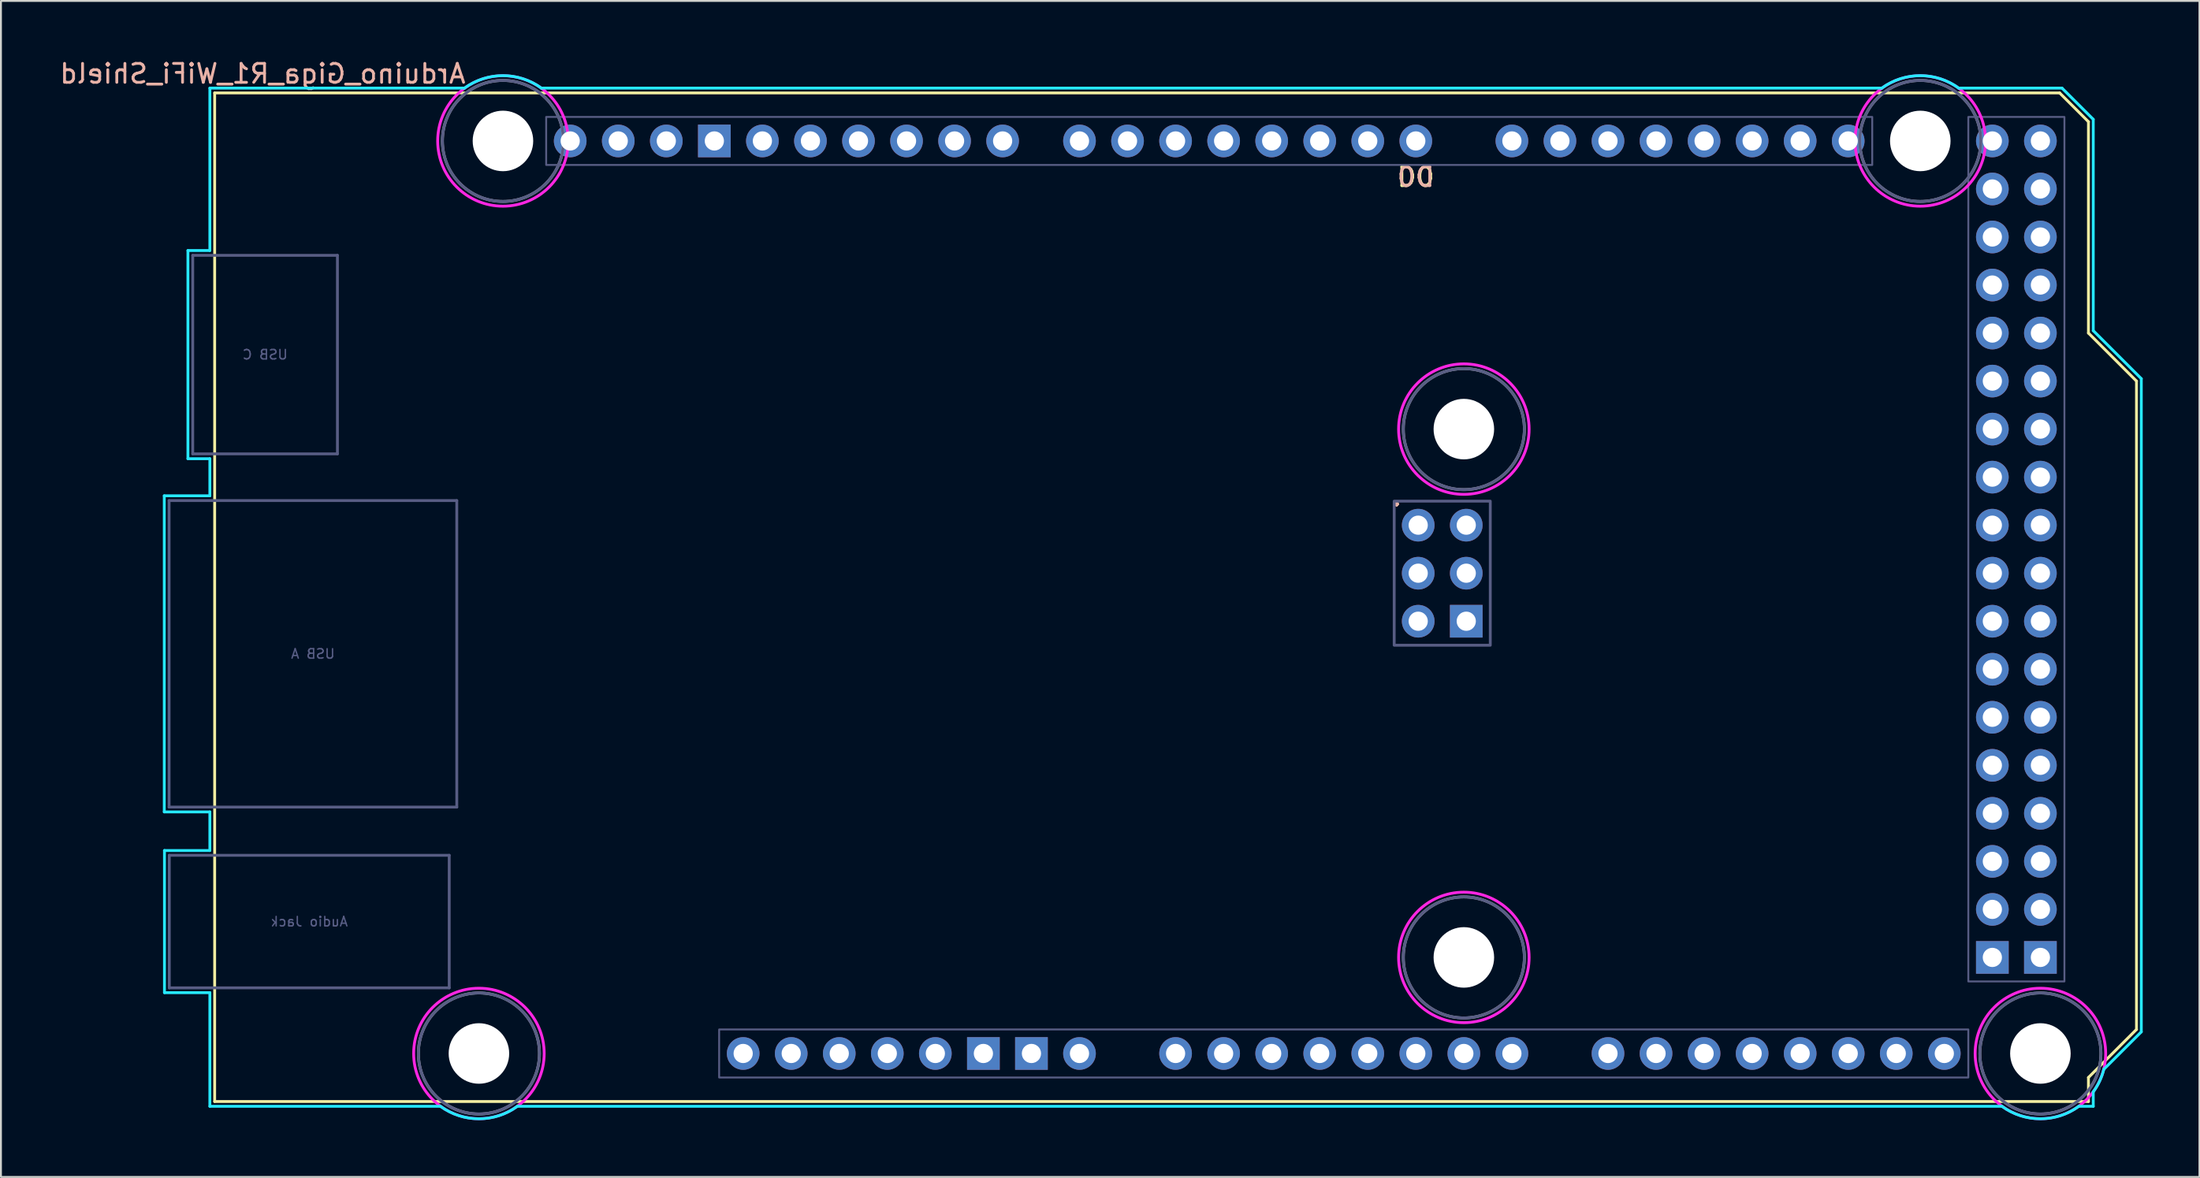
<source format=kicad_pcb>
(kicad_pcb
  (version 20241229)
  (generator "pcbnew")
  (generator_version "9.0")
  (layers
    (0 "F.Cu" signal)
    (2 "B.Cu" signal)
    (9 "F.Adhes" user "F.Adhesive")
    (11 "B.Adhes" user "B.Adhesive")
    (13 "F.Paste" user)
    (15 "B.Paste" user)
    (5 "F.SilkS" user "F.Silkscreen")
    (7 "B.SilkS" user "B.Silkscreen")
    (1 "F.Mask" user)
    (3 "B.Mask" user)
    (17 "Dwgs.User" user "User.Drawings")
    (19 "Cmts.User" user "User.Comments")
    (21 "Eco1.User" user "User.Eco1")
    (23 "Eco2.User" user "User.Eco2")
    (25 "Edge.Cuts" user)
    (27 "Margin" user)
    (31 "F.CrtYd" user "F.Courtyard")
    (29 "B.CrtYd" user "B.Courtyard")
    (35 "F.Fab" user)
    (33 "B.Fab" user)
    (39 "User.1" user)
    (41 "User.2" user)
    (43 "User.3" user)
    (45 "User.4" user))
  (footprint "Arduino_Giga_R1_WiFi_Shield"
    (layer "F.Cu")
    (at 8.299 55.204)
    (property "Reference" "Arduino_Giga_R1_WiFi_Shield" (at 2.54 -54.356 0) (layer "B.SilkS") (effects (font (size 1 1) (thickness 0.15)) (justify mirror)))
    (attr through_hole)
    (fp_line (start 0 -53.34) (end 0 0) (stroke (width 0.15) (type solid)) (layer "F.SilkS"))
    (fp_line (start 0 -53.34) (end 97.536 -53.34) (stroke (width 0.15) (type solid)) (layer "F.SilkS"))
    (fp_line (start 0 0) (end 99.06 0) (stroke (width 0.15) (type solid)) (layer "F.SilkS"))
    (fp_line (start 97.536 -53.34) (end 99.06 -51.816) (stroke (width 0.15) (type solid)) (layer "F.SilkS"))
    (fp_line (start 99.06 -40.64) (end 99.06 -51.816) (stroke (width 0.15) (type solid)) (layer "F.SilkS"))
    (fp_line (start 99.06 -1.27) (end 101.6 -3.81) (stroke (width 0.15) (type solid)) (layer "F.SilkS"))
    (fp_line (start 99.06 0) (end 99.06 -1.27) (stroke (width 0.15) (type solid)) (layer "F.SilkS"))
    (fp_line (start 101.6 -38.1) (end 99.06 -40.64) (stroke (width 0.15) (type solid)) (layer "F.SilkS"))
    (fp_line (start 101.6 -3.81) (end 101.6 -38.1) (stroke (width 0.15) (type solid)) (layer "F.SilkS"))
    (fp_line (start -2.664 -32.034) (end -0.254 -32.034) (stroke (width 0.15) (type solid)) (layer "B.CrtYd"))
    (fp_line (start -2.664 -15.316) (end -2.664 -32.034) (stroke (width 0.15) (type solid)) (layer "B.CrtYd"))
    (fp_line (start -2.664 -15.316) (end -0.254 -15.316) (stroke (width 0.15) (type solid)) (layer "B.CrtYd"))
    (fp_line (start -2.654 -13.274) (end -2.654 -5.756) (stroke (width 0.15) (type solid)) (layer "B.CrtYd"))
    (fp_line (start -2.654 -13.274) (end -0.254 -13.274) (stroke (width 0.15) (type solid)) (layer "B.CrtYd"))
    (fp_line (start -2.654 -5.756) (end -0.254 -5.756) (stroke (width 0.15) (type solid)) (layer "B.CrtYd"))
    (fp_line (start -1.414 -45.004) (end -0.254 -45.004) (stroke (width 0.15) (type solid)) (layer "B.CrtYd"))
    (fp_line (start -1.414 -33.996) (end -1.414 -45.004) (stroke (width 0.15) (type solid)) (layer "B.CrtYd"))
    (fp_line (start -1.414 -33.996) (end -0.254 -33.996) (stroke (width 0.15) (type solid)) (layer "B.CrtYd"))
    (fp_line (start -0.254 -53.594) (end -0.254 -45.004) (stroke (width 0.15) (type solid)) (layer "B.CrtYd"))
    (fp_line (start -0.254 -33.996) (end -0.254 -32.034) (stroke (width 0.15) (type solid)) (layer "B.CrtYd"))
    (fp_line (start -0.254 -15.316) (end -0.254 -13.274) (stroke (width 0.15) (type solid)) (layer "B.CrtYd"))
    (fp_line (start -0.254 -5.756) (end -0.254 0.254) (stroke (width 0.15) (type solid)) (layer "B.CrtYd"))
    (fp_line (start 11.938 0.254) (end -0.254 0.254) (stroke (width 0.15) (type solid)) (layer "B.CrtYd"))
    (fp_line (start 13.208 -53.594) (end -0.254 -53.594) (stroke (width 0.15) (type solid)) (layer "B.CrtYd"))
    (fp_line (start 16.002 0.254) (end 94.488 0.254) (stroke (width 0.15) (type solid)) (layer "B.CrtYd"))
    (fp_line (start 17.272 -53.594) (end 88.138 -53.594) (stroke (width 0.15) (type solid)) (layer "B.CrtYd"))
    (fp_line (start 97.663 -53.594) (end 92.202 -53.594) (stroke (width 0.15) (type solid)) (layer "B.CrtYd"))
    (fp_line (start 97.663 -53.594) (end 99.314 -51.943) (stroke (width 0.15) (type solid)) (layer "B.CrtYd"))
    (fp_line (start 99.314 -40.767) (end 99.314 -51.943) (stroke (width 0.15) (type solid)) (layer "B.CrtYd"))
    (fp_line (start 99.314 0.254) (end 98.552 0.254) (stroke (width 0.15) (type solid)) (layer "B.CrtYd"))
    (fp_line (start 99.314 0.254) (end 99.314 -0.508) (stroke (width 0.15) (type solid)) (layer "B.CrtYd"))
    (fp_line (start 99.873 -1.702) (end 101.854 -3.683) (stroke (width 0.15) (type solid)) (layer "B.CrtYd"))
    (fp_line (start 101.854 -38.227) (end 99.314 -40.767) (stroke (width 0.15) (type solid)) (layer "B.CrtYd"))
    (fp_line (start 101.854 -3.683) (end 101.854 -38.227) (stroke (width 0.15) (type solid)) (layer "B.CrtYd"))
    (fp_arc (start 13.208 -53.594) (mid 15.24 -54.254237) (end 17.272 -53.594) (stroke (width 0.15) (type solid)) (layer "B.CrtYd"))
    (fp_arc (start 16.002 0.254) (mid 13.97 0.914237) (end 11.938 0.254) (stroke (width 0.15) (type solid)) (layer "B.CrtYd"))
    (fp_arc (start 88.138 -53.594) (mid 90.17 -54.254237) (end 92.202 -53.594) (stroke (width 0.15) (type solid)) (layer "B.CrtYd"))
    (fp_arc (start 98.552 0.254) (mid 96.52 0.914237) (end 94.488 0.254) (stroke (width 0.15) (type solid)) (layer "B.CrtYd"))
    (fp_arc (start 99.8728 -1.7018) (mid 99.650917 -1.077977) (end 99.314 -0.508) (stroke (width 0.15) (type solid)) (layer "B.CrtYd"))
    (fp_circle (center 13.97 -2.54) (end 17.42 -2.54) (stroke (width 0.15) (type solid)) (fill no) (layer "F.CrtYd"))
    (fp_circle (center 15.24 -50.8) (end 18.69 -50.8) (stroke (width 0.15) (type solid)) (fill no) (layer "F.CrtYd"))
    (fp_circle (center 66.04 -35.56) (end 69.49 -35.56) (stroke (width 0.15) (type solid)) (fill no) (layer "F.CrtYd"))
    (fp_circle (center 66.04 -7.62) (end 69.49 -7.62) (stroke (width 0.15) (type solid)) (fill no) (layer "F.CrtYd"))
    (fp_circle (center 90.17 -50.8) (end 93.62 -50.8) (stroke (width 0.15) (type solid)) (fill no) (layer "F.CrtYd"))
    (fp_circle (center 96.52 -2.54) (end 99.97 -2.54) (stroke (width 0.15) (type solid)) (fill no) (layer "F.CrtYd"))
    (fp_line (start -2.41 -31.78) (end 12.8 -31.78) (stroke (width 0.15) (type solid)) (layer "B.Fab"))
    (fp_line (start -2.41 -15.57) (end -2.41 -31.78) (stroke (width 0.15) (type solid)) (layer "B.Fab"))
    (fp_line (start -2.41 -15.57) (end 12.8 -15.57) (stroke (width 0.15) (type solid)) (layer "B.Fab"))
    (fp_line (start -2.4 -6.01) (end -2.4 -13.02) (stroke (width 0.15) (type solid)) (layer "B.Fab"))
    (fp_line (start -2.4 -6.01) (end 12.4 -6.01) (stroke (width 0.15) (type solid)) (layer "B.Fab"))
    (fp_line (start -1.16 -44.75) (end -1.16 -34.25) (stroke (width 0.15) (type solid)) (layer "B.Fab"))
    (fp_line (start 6.49 -44.75) (end -1.16 -44.75) (stroke (width 0.15) (type solid)) (layer "B.Fab"))
    (fp_line (start 6.49 -44.75) (end 6.49 -34.25) (stroke (width 0.15) (type solid)) (layer "B.Fab"))
    (fp_line (start 6.49 -34.25) (end -1.16 -34.25) (stroke (width 0.15) (type solid)) (layer "B.Fab"))
    (fp_line (start 12.4 -13.02) (end -2.4 -13.02) (stroke (width 0.15) (type solid)) (layer "B.Fab"))
    (fp_line (start 12.4 -6.01) (end 12.4 -13.02) (stroke (width 0.15) (type solid)) (layer "B.Fab"))
    (fp_line (start 12.8 -15.57) (end 12.8 -31.78) (stroke (width 0.15) (type solid)) (layer "B.Fab"))
    (fp_rect (start 17.526 -52.07) (end 87.63 -49.53) (stroke (width 0.1) (type solid)) (fill no) (layer "B.Fab"))
    (fp_rect (start 26.67 -3.81) (end 92.71 -1.27) (stroke (width 0.1) (type solid)) (fill no) (layer "B.Fab"))
    (fp_rect (start 62.357 -31.75) (end 67.437 -24.13) (stroke (width 0.15) (type solid)) (fill no) (layer "B.Fab"))
    (fp_rect (start 92.71 -52.07) (end 97.79 -6.35) (stroke (width 0.1) (type solid)) (fill no) (layer "B.Fab"))
    (fp_circle (center 13.97 -2.54) (end 17.17 -2.54) (stroke (width 0.15) (type solid)) (fill no) (layer "B.Fab"))
    (fp_circle (center 15.24 -50.8) (end 18.44 -50.8) (stroke (width 0.15) (type solid)) (fill no) (layer "B.Fab"))
    (fp_circle (center 66.04 -35.56) (end 69.24 -35.56) (stroke (width 0.15) (type solid)) (fill no) (layer "B.Fab"))
    (fp_circle (center 66.04 -7.62) (end 69.24 -7.62) (stroke (width 0.15) (type solid)) (fill no) (layer "B.Fab"))
    (fp_circle (center 90.17 -50.8) (end 93.37 -50.8) (stroke (width 0.15) (type solid)) (fill no) (layer "B.Fab"))
    (fp_circle (center 96.52 -2.54) (end 99.72 -2.54) (stroke (width 0.15) (type solid)) (fill no) (layer "B.Fab"))
    (fp_circle (center 13.97 -2.54) (end 17.17 -2.54) (stroke (width 0.15) (type solid)) (fill no) (layer "F.Fab"))
    (fp_circle (center 15.24 -50.8) (end 18.44 -50.8) (stroke (width 0.15) (type solid)) (fill no) (layer "F.Fab"))
    (fp_circle (center 66.04 -35.56) (end 69.24 -35.56) (stroke (width 0.15) (type solid)) (fill no) (layer "F.Fab"))
    (fp_circle (center 66.04 -7.62) (end 69.24 -7.62) (stroke (width 0.15) (type solid)) (fill no) (layer "F.Fab"))
    (fp_circle (center 90.17 -50.8) (end 93.37 -50.8) (stroke (width 0.15) (type solid)) (fill no) (layer "F.Fab"))
    (fp_circle (center 96.52 -2.54) (end 99.72 -2.54) (stroke (width 0.15) (type solid)) (fill no) (layer "F.Fab"))
    (fp_text user "." (at 62.484 -32.004 0) (layer "F.SilkS") (effects (font (size 1 1) (thickness 0.15))))
    (fp_text user "D0" (at 63.5 -48.895 0) (unlocked yes) (layer "F.SilkS") (effects (font (size 1 1) (thickness 0.15))))
    (fp_text user "D0" (at 63.5 -48.895 0) (unlocked yes) (layer "B.SilkS") (effects (font (size 1 1) (thickness 0.15)) (justify mirror)))
    (fp_text user "." (at 62.484 -32.004 0) (layer "B.SilkS") (effects (font (size 1 1) (thickness 0.15))))
    (fp_text user "Audio Jack" (at 5 -9.515 0) (layer "B.Fab") (effects (font (size 0.5 0.5) (thickness 0.075)) (justify mirror)))
    (fp_text user "USB C" (at 2.665 -39.5 0) (layer "B.Fab") (effects (font (size 0.5 0.5) (thickness 0.075)) (justify mirror)))
    (fp_text user "USB A" (at 5.195 -23.675 0) (layer "B.Fab") (effects (font (size 0.5 0.5) (thickness 0.075)) (justify mirror)))
    (pad "" np_thru_hole circle (at 13.97 -2.54) (size 3.2 3.2) (drill 3.2) (layers "*.Cu" "*.Mask"))
    (pad "" np_thru_hole circle (at 15.24 -50.8 270) (size 3.2 3.2) (drill 3.2) (layers "*.Cu" "*.Mask"))
    (pad "" thru_hole oval (at 27.94 -2.54) (size 1.727 1.727) (drill 1.016) (layers "*.Cu" "*.Mask"))
    (pad "" np_thru_hole circle (at 66.04 -35.56) (size 3.2 3.2) (drill 3.2) (layers "*.Cu" "*.Mask"))
    (pad "" np_thru_hole circle (at 66.04 -7.62) (size 3.2 3.2) (drill 3.2) (layers "*.Cu" "*.Mask"))
    (pad "" np_thru_hole circle (at 90.17 -50.8) (size 3.2 3.2) (drill 3.2) (layers "*.Cu" "*.Mask"))
    (pad "" np_thru_hole circle (at 96.52 -2.54) (size 3.2 3.2) (drill 3.2) (layers "*.Cu" "*.Mask"))
    (pad "3V3" thru_hole oval (at 35.56 -2.54) (size 1.727 1.727) (drill 1.016) (layers "*.Cu" "*.Mask"))
    (pad "5V1" thru_hole oval (at 38.1 -2.54) (size 1.727 1.727) (drill 1.016) (layers "*.Cu" "*.Mask"))
    (pad "5V2" thru_hole oval (at 66.167 -30.48) (size 1.727 1.727) (drill 1.016) (layers "*.Cu" "*.Mask"))
    (pad "5V3" thru_hole oval (at 93.98 -50.8) (size 1.727 1.727) (drill 1.016) (layers "*.Cu" "*.Mask"))
    (pad "5V4" thru_hole oval (at 96.52 -50.8) (size 1.727 1.727) (drill 1.016) (layers "*.Cu" "*.Mask"))
    (pad "A0" thru_hole oval (at 50.8 -2.54) (size 1.727 1.727) (drill 1.016) (layers "*.Cu" "*.Mask"))
    (pad "A1" thru_hole oval (at 53.34 -2.54) (size 1.727 1.727) (drill 1.016) (layers "*.Cu" "*.Mask"))
    (pad "A2" thru_hole oval (at 55.88 -2.54) (size 1.727 1.727) (drill 1.016) (layers "*.Cu" "*.Mask"))
    (pad "A3" thru_hole oval (at 58.42 -2.54) (size 1.727 1.727) (drill 1.016) (layers "*.Cu" "*.Mask"))
    (pad "A4" thru_hole oval (at 60.96 -2.54) (size 1.727 1.727) (drill 1.016) (layers "*.Cu" "*.Mask"))
    (pad "A5" thru_hole oval (at 63.5 -2.54) (size 1.727 1.727) (drill 1.016) (layers "*.Cu" "*.Mask"))
    (pad "A6" thru_hole oval (at 66.04 -2.54) (size 1.727 1.727) (drill 1.016) (layers "*.Cu" "*.Mask"))
    (pad "A7" thru_hole oval (at 68.58 -2.54) (size 1.727 1.727) (drill 1.016) (layers "*.Cu" "*.Mask"))
    (pad "A8" thru_hole oval (at 73.66 -2.54) (size 1.727 1.727) (drill 1.016) (layers "*.Cu" "*.Mask"))
    (pad "A9" thru_hole oval (at 76.2 -2.54) (size 1.727 1.727) (drill 1.016) (layers "*.Cu" "*.Mask"))
    (pad "A10" thru_hole oval (at 78.74 -2.54) (size 1.727 1.727) (drill 1.016) (layers "*.Cu" "*.Mask"))
    (pad "A11" thru_hole oval (at 81.28 -2.54) (size 1.727 1.727) (drill 1.016) (layers "*.Cu" "*.Mask"))
    (pad "AREF" thru_hole oval (at 23.876 -50.8) (size 1.727 1.727) (drill 1.016) (layers "*.Cu" "*.Mask"))
    (pad "CANR" thru_hole oval (at 88.9 -2.54) (size 1.727 1.727) (drill 1.016) (layers "*.Cu" "*.Mask"))
    (pad "CANT" thru_hole oval (at 91.44 -2.54) (size 1.727 1.727) (drill 1.016) (layers "*.Cu" "*.Mask"))
    (pad "D0" thru_hole oval (at 63.5 -50.8) (size 1.727 1.727) (drill 1.016) (layers "*.Cu" "*.Mask"))
    (pad "D1" thru_hole oval (at 60.96 -50.8) (size 1.727 1.727) (drill 1.016) (layers "*.Cu" "*.Mask"))
    (pad "D2" thru_hole oval (at 58.42 -50.8) (size 1.727 1.727) (drill 1.016) (layers "*.Cu" "*.Mask"))
    (pad "D3" thru_hole oval (at 55.88 -50.8) (size 1.727 1.727) (drill 1.016) (layers "*.Cu" "*.Mask"))
    (pad "D4" thru_hole oval (at 53.34 -50.8) (size 1.727 1.727) (drill 1.016) (layers "*.Cu" "*.Mask"))
    (pad "D5" thru_hole oval (at 50.8 -50.8) (size 1.727 1.727) (drill 1.016) (layers "*.Cu" "*.Mask"))
    (pad "D6" thru_hole oval (at 48.26 -50.8) (size 1.727 1.727) (drill 1.016) (layers "*.Cu" "*.Mask"))
    (pad "D7" thru_hole oval (at 45.72 -50.8) (size 1.727 1.727) (drill 1.016) (layers "*.Cu" "*.Mask"))
    (pad "D8" thru_hole oval (at 41.656 -50.8) (size 1.727 1.727) (drill 1.016) (layers "*.Cu" "*.Mask"))
    (pad "D9" thru_hole oval (at 39.116 -50.8) (size 1.727 1.727) (drill 1.016) (layers "*.Cu" "*.Mask"))
    (pad "D10" thru_hole oval (at 36.576 -50.8) (size 1.727 1.727) (drill 1.016) (layers "*.Cu" "*.Mask"))
    (pad "D11" thru_hole oval (at 34.036 -50.8) (size 1.727 1.727) (drill 1.016) (layers "*.Cu" "*.Mask"))
    (pad "D12" thru_hole oval (at 31.496 -50.8) (size 1.727 1.727) (drill 1.016) (layers "*.Cu" "*.Mask"))
    (pad "D13" thru_hole oval (at 28.956 -50.8) (size 1.727 1.727) (drill 1.016) (layers "*.Cu" "*.Mask"))
    (pad "D14" thru_hole oval (at 68.58 -50.8) (size 1.727 1.727) (drill 1.016) (layers "*.Cu" "*.Mask"))
    (pad "D15" thru_hole oval (at 71.12 -50.8) (size 1.727 1.727) (drill 1.016) (layers "*.Cu" "*.Mask"))
    (pad "D16" thru_hole oval (at 73.66 -50.8) (size 1.727 1.727) (drill 1.016) (layers "*.Cu" "*.Mask"))
    (pad "D17" thru_hole oval (at 76.2 -50.8) (size 1.727 1.727) (drill 1.016) (layers "*.Cu" "*.Mask"))
    (pad "D18" thru_hole oval (at 78.74 -50.8) (size 1.727 1.727) (drill 1.016) (layers "*.Cu" "*.Mask"))
    (pad "D19" thru_hole oval (at 81.28 -50.8) (size 1.727 1.727) (drill 1.016) (layers "*.Cu" "*.Mask"))
    (pad "D20" thru_hole oval (at 83.82 -50.8) (size 1.727 1.727) (drill 1.016) (layers "*.Cu" "*.Mask"))
    (pad "D21" thru_hole oval (at 86.36 -50.8) (size 1.727 1.727) (drill 1.016) (layers "*.Cu" "*.Mask"))
    (pad "D22" thru_hole oval (at 93.98 -48.26) (size 1.727 1.727) (drill 1.016) (layers "*.Cu" "*.Mask"))
    (pad "D23" thru_hole oval (at 96.52 -48.26) (size 1.727 1.727) (drill 1.016) (layers "*.Cu" "*.Mask"))
    (pad "D24" thru_hole oval (at 93.98 -45.72) (size 1.727 1.727) (drill 1.016) (layers "*.Cu" "*.Mask"))
    (pad "D25" thru_hole oval (at 96.52 -45.72) (size 1.727 1.727) (drill 1.016) (layers "*.Cu" "*.Mask"))
    (pad "D26" thru_hole oval (at 93.98 -43.18) (size 1.727 1.727) (drill 1.016) (layers "*.Cu" "*.Mask"))
    (pad "D27" thru_hole oval (at 96.52 -43.18) (size 1.727 1.727) (drill 1.016) (layers "*.Cu" "*.Mask"))
    (pad "D28" thru_hole oval (at 93.98 -40.64) (size 1.727 1.727) (drill 1.016) (layers "*.Cu" "*.Mask"))
    (pad "D29" thru_hole oval (at 96.52 -40.64) (size 1.727 1.727) (drill 1.016) (layers "*.Cu" "*.Mask"))
    (pad "D30" thru_hole oval (at 93.98 -38.1) (size 1.727 1.727) (drill 1.016) (layers "*.Cu" "*.Mask"))
    (pad "D31" thru_hole oval (at 96.52 -38.1) (size 1.727 1.727) (drill 1.016) (layers "*.Cu" "*.Mask"))
    (pad "D32" thru_hole oval (at 93.98 -35.56) (size 1.727 1.727) (drill 1.016) (layers "*.Cu" "*.Mask"))
    (pad "D33" thru_hole oval (at 96.52 -35.56) (size 1.727 1.727) (drill 1.016) (layers "*.Cu" "*.Mask"))
    (pad "D34" thru_hole oval (at 93.98 -33.02) (size 1.727 1.727) (drill 1.016) (layers "*.Cu" "*.Mask"))
    (pad "D35" thru_hole oval (at 96.52 -33.02) (size 1.727 1.727) (drill 1.016) (layers "*.Cu" "*.Mask"))
    (pad "D36" thru_hole oval (at 93.98 -30.48) (size 1.727 1.727) (drill 1.016) (layers "*.Cu" "*.Mask"))
    (pad "D37" thru_hole oval (at 96.52 -30.48) (size 1.727 1.727) (drill 1.016) (layers "*.Cu" "*.Mask"))
    (pad "D38" thru_hole oval (at 93.98 -27.94) (size 1.727 1.727) (drill 1.016) (layers "*.Cu" "*.Mask"))
    (pad "D39" thru_hole oval (at 96.52 -27.94) (size 1.727 1.727) (drill 1.016) (layers "*.Cu" "*.Mask"))
    (pad "D40" thru_hole oval (at 93.98 -25.4) (size 1.727 1.727) (drill 1.016) (layers "*.Cu" "*.Mask"))
    (pad "D41" thru_hole oval (at 96.52 -25.4) (size 1.727 1.727) (drill 1.016) (layers "*.Cu" "*.Mask"))
    (pad "D42" thru_hole oval (at 93.98 -22.86) (size 1.727 1.727) (drill 1.016) (layers "*.Cu" "*.Mask"))
    (pad "D43" thru_hole oval (at 96.52 -22.86) (size 1.727 1.727) (drill 1.016) (layers "*.Cu" "*.Mask"))
    (pad "D44" thru_hole oval (at 93.98 -20.32) (size 1.727 1.727) (drill 1.016) (layers "*.Cu" "*.Mask"))
    (pad "D45" thru_hole oval (at 96.52 -20.32) (size 1.727 1.727) (drill 1.016) (layers "*.Cu" "*.Mask"))
    (pad "D46" thru_hole oval (at 93.98 -17.78) (size 1.727 1.727) (drill 1.016) (layers "*.Cu" "*.Mask"))
    (pad "D47" thru_hole oval (at 96.52 -17.78) (size 1.727 1.727) (drill 1.016) (layers "*.Cu" "*.Mask"))
    (pad "D48" thru_hole oval (at 93.98 -15.24) (size 1.727 1.727) (drill 1.016) (layers "*.Cu" "*.Mask"))
    (pad "D49" thru_hole oval (at 96.52 -15.24) (size 1.727 1.727) (drill 1.016) (layers "*.Cu" "*.Mask"))
    (pad "D50" thru_hole oval (at 93.98 -12.7) (size 1.727 1.727) (drill 1.016) (layers "*.Cu" "*.Mask"))
    (pad "D51" thru_hole oval (at 96.52 -12.7) (size 1.727 1.727) (drill 1.016) (layers "*.Cu" "*.Mask"))
    (pad "D52" thru_hole oval (at 93.98 -10.16) (size 1.727 1.727) (drill 1.016) (layers "*.Cu" "*.Mask"))
    (pad "D53" thru_hole oval (at 96.52 -10.16) (size 1.727 1.727) (drill 1.016) (layers "*.Cu" "*.Mask"))
    (pad "DAC0" thru_hole oval (at 83.82 -2.54) (size 1.727 1.727) (drill 1.016) (layers "*.Cu" "*.Mask"))
    (pad "DAC1" thru_hole oval (at 86.36 -2.54) (size 1.727 1.727) (drill 1.016) (layers "*.Cu" "*.Mask"))
    (pad "GND1" thru_hole rect (at 26.416 -50.8) (size 1.727 1.727) (drill 1.016) (layers "*.Cu" "*.Mask"))
    (pad "GND2" thru_hole rect (at 40.64 -2.54) (size 1.727 1.727) (drill 1.016) (layers "*.Cu" "*.Mask"))
    (pad "GND3" thru_hole rect (at 43.18 -2.54) (size 1.727 1.727) (drill 1.016) (layers "*.Cu" "*.Mask"))
    (pad "GND4" thru_hole rect (at 66.167 -25.4) (size 1.727 1.727) (drill 1.016) (layers "*.Cu" "*.Mask"))
    (pad "GND5" thru_hole rect (at 93.98 -7.62) (size 1.727 1.727) (drill 1.016) (layers "*.Cu" "*.Mask"))
    (pad "GND6" thru_hole rect (at 96.52 -7.62) (size 1.727 1.727) (drill 1.016) (layers "*.Cu" "*.Mask"))
    (pad "IORF" thru_hole oval (at 30.48 -2.54) (size 1.727 1.727) (drill 1.016) (layers "*.Cu" "*.Mask"))
    (pad "MISO" thru_hole oval (at 63.627 -30.48) (size 1.727 1.727) (drill 1.016) (layers "*.Cu" "*.Mask"))
    (pad "MOSI" thru_hole oval (at 66.167 -27.94) (size 1.727 1.727) (drill 1.016) (layers "*.Cu" "*.Mask"))
    (pad "RST1" thru_hole oval (at 33.02 -2.54) (size 1.727 1.727) (drill 1.016) (layers "*.Cu" "*.Mask"))
    (pad "RST2" thru_hole oval (at 63.627 -25.4) (size 1.727 1.727) (drill 1.016) (layers "*.Cu" "*.Mask"))
    (pad "SCK" thru_hole oval (at 63.627 -27.94) (size 1.727 1.727) (drill 1.016) (layers "*.Cu" "*.Mask"))
    (pad "SCL1" thru_hole oval (at 18.796 -50.8) (size 1.727 1.727) (drill 1.016) (layers "*.Cu" "*.Mask"))
    (pad "SDA1" thru_hole oval (at 21.336 -50.8) (size 1.727 1.727) (drill 1.016) (layers "*.Cu" "*.Mask"))
    (pad "VIN" thru_hole oval (at 45.72 -2.54) (size 1.727 1.727) (drill 1.016) (layers "*.Cu" "*.Mask")))
  (gr_rect
    (start -3 -3)
    (end 113.228 59.193)
    (stroke (width 0.1) (type default))
    (fill no)
    (layer "Edge.Cuts")))
</source>
